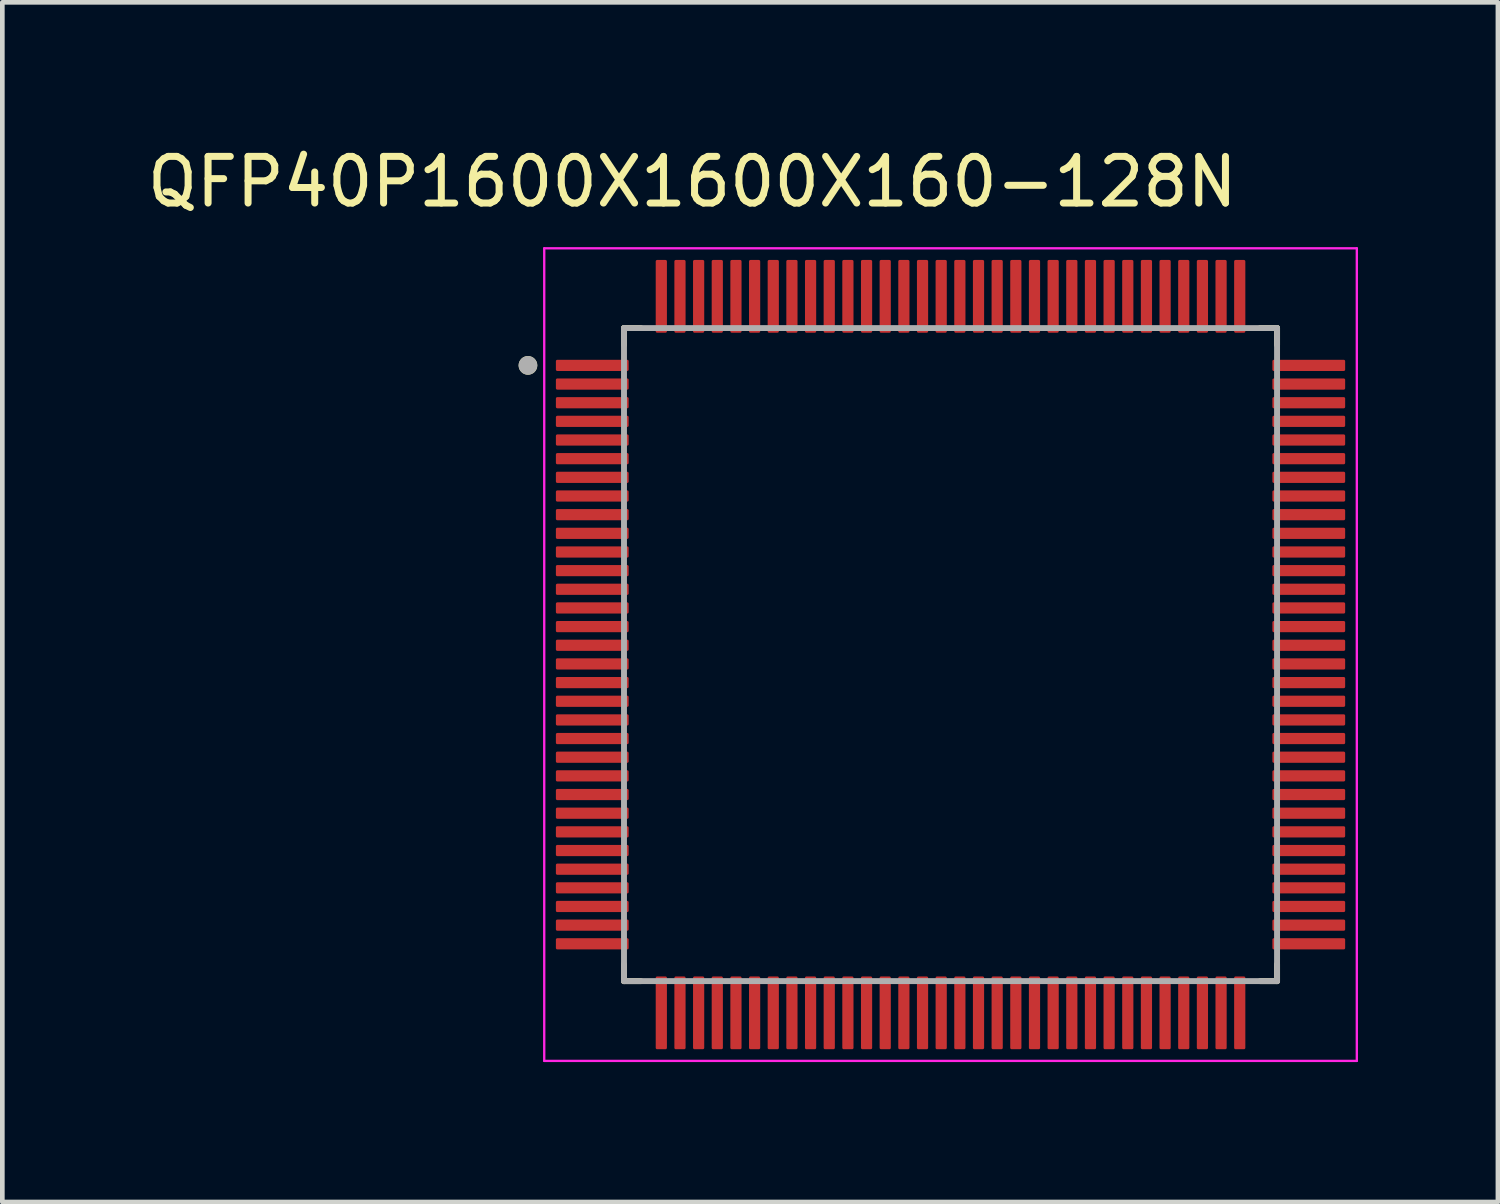
<source format=kicad_pcb>
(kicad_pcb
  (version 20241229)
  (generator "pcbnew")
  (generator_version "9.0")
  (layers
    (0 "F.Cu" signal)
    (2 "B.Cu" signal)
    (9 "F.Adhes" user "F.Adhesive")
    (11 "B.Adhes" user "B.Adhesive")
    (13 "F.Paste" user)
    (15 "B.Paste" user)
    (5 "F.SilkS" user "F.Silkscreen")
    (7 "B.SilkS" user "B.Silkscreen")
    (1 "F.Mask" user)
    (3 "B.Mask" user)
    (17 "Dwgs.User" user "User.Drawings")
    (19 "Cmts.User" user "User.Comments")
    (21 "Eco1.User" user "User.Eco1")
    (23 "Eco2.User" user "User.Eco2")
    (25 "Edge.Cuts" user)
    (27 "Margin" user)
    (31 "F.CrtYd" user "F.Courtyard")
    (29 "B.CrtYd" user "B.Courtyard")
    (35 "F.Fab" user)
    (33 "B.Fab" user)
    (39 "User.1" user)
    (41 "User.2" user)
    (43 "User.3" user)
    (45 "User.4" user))
  (footprint "QFP40P1600X1600X160-128N"
    (layer "F.Cu")
    (at 17.327 10.983)
    (property "Reference" "QFP40P1600X1600X160-128N" (at -5.535 -10.135 0) (layer "F.SilkS") (effects (font (size 1 1) (thickness 0.15))))
    (attr smd)
    (fp_line (start -7 -7) (end -7 -6.64) (stroke (width 0.127) (type solid)) (layer "F.SilkS"))
    (fp_line (start -7 -7) (end -6.64 -7) (stroke (width 0.127) (type solid)) (layer "F.SilkS"))
    (fp_line (start -7 7) (end -7 6.64) (stroke (width 0.127) (type solid)) (layer "F.SilkS"))
    (fp_line (start -7 7) (end -6.64 7) (stroke (width 0.127) (type solid)) (layer "F.SilkS"))
    (fp_line (start 7 -7) (end 6.64 -7) (stroke (width 0.127) (type solid)) (layer "F.SilkS"))
    (fp_line (start 7 -7) (end 7 -6.64) (stroke (width 0.127) (type solid)) (layer "F.SilkS"))
    (fp_line (start 7 7) (end 6.64 7) (stroke (width 0.127) (type solid)) (layer "F.SilkS"))
    (fp_line (start 7 7) (end 7 6.64) (stroke (width 0.127) (type solid)) (layer "F.SilkS"))
    (fp_circle (center -9.059 -6.2) (end -8.959 -6.2) (stroke (width 0.2) (type solid)) (fill no) (layer "F.SilkS"))
    (fp_line (start -8.71 -8.71) (end 8.71 -8.71) (stroke (width 0.05) (type solid)) (layer "F.CrtYd"))
    (fp_line (start -8.71 8.71) (end -8.71 -8.71) (stroke (width 0.05) (type solid)) (layer "F.CrtYd"))
    (fp_line (start -8.71 8.71) (end 8.71 8.71) (stroke (width 0.05) (type solid)) (layer "F.CrtYd"))
    (fp_line (start 8.71 8.71) (end 8.71 -8.71) (stroke (width 0.05) (type solid)) (layer "F.CrtYd"))
    (fp_line (start -7 7) (end -7 -7) (stroke (width 0.127) (type solid)) (layer "F.Fab"))
    (fp_line (start 7 -7) (end -7 -7) (stroke (width 0.127) (type solid)) (layer "F.Fab"))
    (fp_line (start 7 7) (end -7 7) (stroke (width 0.127) (type solid)) (layer "F.Fab"))
    (fp_line (start 7 7) (end 7 -7) (stroke (width 0.127) (type solid)) (layer "F.Fab"))
    (fp_circle (center -9.059 -6.2) (end -8.959 -6.2) (stroke (width 0.2) (type solid)) (fill no) (layer "F.Fab"))
    (pad "1" smd roundrect (at -7.68 -6.2) (size 1.56 0.24) (layers "F.Cu" "F.Mask" "F.Paste") (roundrect_rratio 0.125))
    (pad "2" smd roundrect (at -7.68 -5.8) (size 1.56 0.24) (layers "F.Cu" "F.Mask" "F.Paste") (roundrect_rratio 0.125))
    (pad "3" smd roundrect (at -7.68 -5.4) (size 1.56 0.24) (layers "F.Cu" "F.Mask" "F.Paste") (roundrect_rratio 0.125))
    (pad "4" smd roundrect (at -7.68 -5) (size 1.56 0.24) (layers "F.Cu" "F.Mask" "F.Paste") (roundrect_rratio 0.125))
    (pad "5" smd roundrect (at -7.68 -4.6) (size 1.56 0.24) (layers "F.Cu" "F.Mask" "F.Paste") (roundrect_rratio 0.125))
    (pad "6" smd roundrect (at -7.68 -4.2) (size 1.56 0.24) (layers "F.Cu" "F.Mask" "F.Paste") (roundrect_rratio 0.125))
    (pad "7" smd roundrect (at -7.68 -3.8) (size 1.56 0.24) (layers "F.Cu" "F.Mask" "F.Paste") (roundrect_rratio 0.125))
    (pad "8" smd roundrect (at -7.68 -3.4) (size 1.56 0.24) (layers "F.Cu" "F.Mask" "F.Paste") (roundrect_rratio 0.125))
    (pad "9" smd roundrect (at -7.68 -3) (size 1.56 0.24) (layers "F.Cu" "F.Mask" "F.Paste") (roundrect_rratio 0.125))
    (pad "10" smd roundrect (at -7.68 -2.6) (size 1.56 0.24) (layers "F.Cu" "F.Mask" "F.Paste") (roundrect_rratio 0.125))
    (pad "11" smd roundrect (at -7.68 -2.2) (size 1.56 0.24) (layers "F.Cu" "F.Mask" "F.Paste") (roundrect_rratio 0.125))
    (pad "12" smd roundrect (at -7.68 -1.8) (size 1.56 0.24) (layers "F.Cu" "F.Mask" "F.Paste") (roundrect_rratio 0.125))
    (pad "13" smd roundrect (at -7.68 -1.4) (size 1.56 0.24) (layers "F.Cu" "F.Mask" "F.Paste") (roundrect_rratio 0.125))
    (pad "14" smd roundrect (at -7.68 -1) (size 1.56 0.24) (layers "F.Cu" "F.Mask" "F.Paste") (roundrect_rratio 0.125))
    (pad "15" smd roundrect (at -7.68 -0.6) (size 1.56 0.24) (layers "F.Cu" "F.Mask" "F.Paste") (roundrect_rratio 0.125))
    (pad "16" smd roundrect (at -7.68 -0.2) (size 1.56 0.24) (layers "F.Cu" "F.Mask" "F.Paste") (roundrect_rratio 0.125))
    (pad "17" smd roundrect (at -7.68 0.2) (size 1.56 0.24) (layers "F.Cu" "F.Mask" "F.Paste") (roundrect_rratio 0.125))
    (pad "18" smd roundrect (at -7.68 0.6) (size 1.56 0.24) (layers "F.Cu" "F.Mask" "F.Paste") (roundrect_rratio 0.125))
    (pad "19" smd roundrect (at -7.68 1) (size 1.56 0.24) (layers "F.Cu" "F.Mask" "F.Paste") (roundrect_rratio 0.125))
    (pad "20" smd roundrect (at -7.68 1.4) (size 1.56 0.24) (layers "F.Cu" "F.Mask" "F.Paste") (roundrect_rratio 0.125))
    (pad "21" smd roundrect (at -7.68 1.8) (size 1.56 0.24) (layers "F.Cu" "F.Mask" "F.Paste") (roundrect_rratio 0.125))
    (pad "22" smd roundrect (at -7.68 2.2) (size 1.56 0.24) (layers "F.Cu" "F.Mask" "F.Paste") (roundrect_rratio 0.125))
    (pad "23" smd roundrect (at -7.68 2.6) (size 1.56 0.24) (layers "F.Cu" "F.Mask" "F.Paste") (roundrect_rratio 0.125))
    (pad "24" smd roundrect (at -7.68 3) (size 1.56 0.24) (layers "F.Cu" "F.Mask" "F.Paste") (roundrect_rratio 0.125))
    (pad "25" smd roundrect (at -7.68 3.4) (size 1.56 0.24) (layers "F.Cu" "F.Mask" "F.Paste") (roundrect_rratio 0.125))
    (pad "26" smd roundrect (at -7.68 3.8) (size 1.56 0.24) (layers "F.Cu" "F.Mask" "F.Paste") (roundrect_rratio 0.125))
    (pad "27" smd roundrect (at -7.68 4.2) (size 1.56 0.24) (layers "F.Cu" "F.Mask" "F.Paste") (roundrect_rratio 0.125))
    (pad "28" smd roundrect (at -7.68 4.6) (size 1.56 0.24) (layers "F.Cu" "F.Mask" "F.Paste") (roundrect_rratio 0.125))
    (pad "29" smd roundrect (at -7.68 5) (size 1.56 0.24) (layers "F.Cu" "F.Mask" "F.Paste") (roundrect_rratio 0.125))
    (pad "30" smd roundrect (at -7.68 5.4) (size 1.56 0.24) (layers "F.Cu" "F.Mask" "F.Paste") (roundrect_rratio 0.125))
    (pad "31" smd roundrect (at -7.68 5.8) (size 1.56 0.24) (layers "F.Cu" "F.Mask" "F.Paste") (roundrect_rratio 0.125))
    (pad "32" smd roundrect (at -7.68 6.2) (size 1.56 0.24) (layers "F.Cu" "F.Mask" "F.Paste") (roundrect_rratio 0.125))
    (pad "33" smd roundrect (at -6.2 7.68) (size 0.24 1.56) (layers "F.Cu" "F.Mask" "F.Paste") (roundrect_rratio 0.125))
    (pad "34" smd roundrect (at -5.8 7.68) (size 0.24 1.56) (layers "F.Cu" "F.Mask" "F.Paste") (roundrect_rratio 0.125))
    (pad "35" smd roundrect (at -5.4 7.68) (size 0.24 1.56) (layers "F.Cu" "F.Mask" "F.Paste") (roundrect_rratio 0.125))
    (pad "36" smd roundrect (at -5 7.68) (size 0.24 1.56) (layers "F.Cu" "F.Mask" "F.Paste") (roundrect_rratio 0.125))
    (pad "37" smd roundrect (at -4.6 7.68) (size 0.24 1.56) (layers "F.Cu" "F.Mask" "F.Paste") (roundrect_rratio 0.125))
    (pad "38" smd roundrect (at -4.2 7.68) (size 0.24 1.56) (layers "F.Cu" "F.Mask" "F.Paste") (roundrect_rratio 0.125))
    (pad "39" smd roundrect (at -3.8 7.68) (size 0.24 1.56) (layers "F.Cu" "F.Mask" "F.Paste") (roundrect_rratio 0.125))
    (pad "40" smd roundrect (at -3.4 7.68) (size 0.24 1.56) (layers "F.Cu" "F.Mask" "F.Paste") (roundrect_rratio 0.125))
    (pad "41" smd roundrect (at -3 7.68) (size 0.24 1.56) (layers "F.Cu" "F.Mask" "F.Paste") (roundrect_rratio 0.125))
    (pad "42" smd roundrect (at -2.6 7.68) (size 0.24 1.56) (layers "F.Cu" "F.Mask" "F.Paste") (roundrect_rratio 0.125))
    (pad "43" smd roundrect (at -2.2 7.68) (size 0.24 1.56) (layers "F.Cu" "F.Mask" "F.Paste") (roundrect_rratio 0.125))
    (pad "44" smd roundrect (at -1.8 7.68) (size 0.24 1.56) (layers "F.Cu" "F.Mask" "F.Paste") (roundrect_rratio 0.125))
    (pad "45" smd roundrect (at -1.4 7.68) (size 0.24 1.56) (layers "F.Cu" "F.Mask" "F.Paste") (roundrect_rratio 0.125))
    (pad "46" smd roundrect (at -1 7.68) (size 0.24 1.56) (layers "F.Cu" "F.Mask" "F.Paste") (roundrect_rratio 0.125))
    (pad "47" smd roundrect (at -0.6 7.68) (size 0.24 1.56) (layers "F.Cu" "F.Mask" "F.Paste") (roundrect_rratio 0.125))
    (pad "48" smd roundrect (at -0.2 7.68) (size 0.24 1.56) (layers "F.Cu" "F.Mask" "F.Paste") (roundrect_rratio 0.125))
    (pad "49" smd roundrect (at 0.2 7.68) (size 0.24 1.56) (layers "F.Cu" "F.Mask" "F.Paste") (roundrect_rratio 0.125))
    (pad "50" smd roundrect (at 0.6 7.68) (size 0.24 1.56) (layers "F.Cu" "F.Mask" "F.Paste") (roundrect_rratio 0.125))
    (pad "51" smd roundrect (at 1 7.68) (size 0.24 1.56) (layers "F.Cu" "F.Mask" "F.Paste") (roundrect_rratio 0.125))
    (pad "52" smd roundrect (at 1.4 7.68) (size 0.24 1.56) (layers "F.Cu" "F.Mask" "F.Paste") (roundrect_rratio 0.125))
    (pad "53" smd roundrect (at 1.8 7.68) (size 0.24 1.56) (layers "F.Cu" "F.Mask" "F.Paste") (roundrect_rratio 0.125))
    (pad "54" smd roundrect (at 2.2 7.68) (size 0.24 1.56) (layers "F.Cu" "F.Mask" "F.Paste") (roundrect_rratio 0.125))
    (pad "55" smd roundrect (at 2.6 7.68) (size 0.24 1.56) (layers "F.Cu" "F.Mask" "F.Paste") (roundrect_rratio 0.125))
    (pad "56" smd roundrect (at 3 7.68) (size 0.24 1.56) (layers "F.Cu" "F.Mask" "F.Paste") (roundrect_rratio 0.125))
    (pad "57" smd roundrect (at 3.4 7.68) (size 0.24 1.56) (layers "F.Cu" "F.Mask" "F.Paste") (roundrect_rratio 0.125))
    (pad "58" smd roundrect (at 3.8 7.68) (size 0.24 1.56) (layers "F.Cu" "F.Mask" "F.Paste") (roundrect_rratio 0.125))
    (pad "59" smd roundrect (at 4.2 7.68) (size 0.24 1.56) (layers "F.Cu" "F.Mask" "F.Paste") (roundrect_rratio 0.125))
    (pad "60" smd roundrect (at 4.6 7.68) (size 0.24 1.56) (layers "F.Cu" "F.Mask" "F.Paste") (roundrect_rratio 0.125))
    (pad "61" smd roundrect (at 5 7.68) (size 0.24 1.56) (layers "F.Cu" "F.Mask" "F.Paste") (roundrect_rratio 0.125))
    (pad "62" smd roundrect (at 5.4 7.68) (size 0.24 1.56) (layers "F.Cu" "F.Mask" "F.Paste") (roundrect_rratio 0.125))
    (pad "63" smd roundrect (at 5.8 7.68) (size 0.24 1.56) (layers "F.Cu" "F.Mask" "F.Paste") (roundrect_rratio 0.125))
    (pad "64" smd roundrect (at 6.2 7.68) (size 0.24 1.56) (layers "F.Cu" "F.Mask" "F.Paste") (roundrect_rratio 0.125))
    (pad "65" smd roundrect (at 7.68 6.2) (size 1.56 0.24) (layers "F.Cu" "F.Mask" "F.Paste") (roundrect_rratio 0.125))
    (pad "66" smd roundrect (at 7.68 5.8) (size 1.56 0.24) (layers "F.Cu" "F.Mask" "F.Paste") (roundrect_rratio 0.125))
    (pad "67" smd roundrect (at 7.68 5.4) (size 1.56 0.24) (layers "F.Cu" "F.Mask" "F.Paste") (roundrect_rratio 0.125))
    (pad "68" smd roundrect (at 7.68 5) (size 1.56 0.24) (layers "F.Cu" "F.Mask" "F.Paste") (roundrect_rratio 0.125))
    (pad "69" smd roundrect (at 7.68 4.6) (size 1.56 0.24) (layers "F.Cu" "F.Mask" "F.Paste") (roundrect_rratio 0.125))
    (pad "70" smd roundrect (at 7.68 4.2) (size 1.56 0.24) (layers "F.Cu" "F.Mask" "F.Paste") (roundrect_rratio 0.125))
    (pad "71" smd roundrect (at 7.68 3.8) (size 1.56 0.24) (layers "F.Cu" "F.Mask" "F.Paste") (roundrect_rratio 0.125))
    (pad "72" smd roundrect (at 7.68 3.4) (size 1.56 0.24) (layers "F.Cu" "F.Mask" "F.Paste") (roundrect_rratio 0.125))
    (pad "73" smd roundrect (at 7.68 3) (size 1.56 0.24) (layers "F.Cu" "F.Mask" "F.Paste") (roundrect_rratio 0.125))
    (pad "74" smd roundrect (at 7.68 2.6) (size 1.56 0.24) (layers "F.Cu" "F.Mask" "F.Paste") (roundrect_rratio 0.125))
    (pad "75" smd roundrect (at 7.68 2.2) (size 1.56 0.24) (layers "F.Cu" "F.Mask" "F.Paste") (roundrect_rratio 0.125))
    (pad "76" smd roundrect (at 7.68 1.8) (size 1.56 0.24) (layers "F.Cu" "F.Mask" "F.Paste") (roundrect_rratio 0.125))
    (pad "77" smd roundrect (at 7.68 1.4) (size 1.56 0.24) (layers "F.Cu" "F.Mask" "F.Paste") (roundrect_rratio 0.125))
    (pad "78" smd roundrect (at 7.68 1) (size 1.56 0.24) (layers "F.Cu" "F.Mask" "F.Paste") (roundrect_rratio 0.125))
    (pad "79" smd roundrect (at 7.68 0.6) (size 1.56 0.24) (layers "F.Cu" "F.Mask" "F.Paste") (roundrect_rratio 0.125))
    (pad "80" smd roundrect (at 7.68 0.2) (size 1.56 0.24) (layers "F.Cu" "F.Mask" "F.Paste") (roundrect_rratio 0.125))
    (pad "81" smd roundrect (at 7.68 -0.2) (size 1.56 0.24) (layers "F.Cu" "F.Mask" "F.Paste") (roundrect_rratio 0.125))
    (pad "82" smd roundrect (at 7.68 -0.6) (size 1.56 0.24) (layers "F.Cu" "F.Mask" "F.Paste") (roundrect_rratio 0.125))
    (pad "83" smd roundrect (at 7.68 -1) (size 1.56 0.24) (layers "F.Cu" "F.Mask" "F.Paste") (roundrect_rratio 0.125))
    (pad "84" smd roundrect (at 7.68 -1.4) (size 1.56 0.24) (layers "F.Cu" "F.Mask" "F.Paste") (roundrect_rratio 0.125))
    (pad "85" smd roundrect (at 7.68 -1.8) (size 1.56 0.24) (layers "F.Cu" "F.Mask" "F.Paste") (roundrect_rratio 0.125))
    (pad "86" smd roundrect (at 7.68 -2.2) (size 1.56 0.24) (layers "F.Cu" "F.Mask" "F.Paste") (roundrect_rratio 0.125))
    (pad "87" smd roundrect (at 7.68 -2.6) (size 1.56 0.24) (layers "F.Cu" "F.Mask" "F.Paste") (roundrect_rratio 0.125))
    (pad "88" smd roundrect (at 7.68 -3) (size 1.56 0.24) (layers "F.Cu" "F.Mask" "F.Paste") (roundrect_rratio 0.125))
    (pad "89" smd roundrect (at 7.68 -3.4) (size 1.56 0.24) (layers "F.Cu" "F.Mask" "F.Paste") (roundrect_rratio 0.125))
    (pad "90" smd roundrect (at 7.68 -3.8) (size 1.56 0.24) (layers "F.Cu" "F.Mask" "F.Paste") (roundrect_rratio 0.125))
    (pad "91" smd roundrect (at 7.68 -4.2) (size 1.56 0.24) (layers "F.Cu" "F.Mask" "F.Paste") (roundrect_rratio 0.125))
    (pad "92" smd roundrect (at 7.68 -4.6) (size 1.56 0.24) (layers "F.Cu" "F.Mask" "F.Paste") (roundrect_rratio 0.125))
    (pad "93" smd roundrect (at 7.68 -5) (size 1.56 0.24) (layers "F.Cu" "F.Mask" "F.Paste") (roundrect_rratio 0.125))
    (pad "94" smd roundrect (at 7.68 -5.4) (size 1.56 0.24) (layers "F.Cu" "F.Mask" "F.Paste") (roundrect_rratio 0.125))
    (pad "95" smd roundrect (at 7.68 -5.8) (size 1.56 0.24) (layers "F.Cu" "F.Mask" "F.Paste") (roundrect_rratio 0.125))
    (pad "96" smd roundrect (at 7.68 -6.2) (size 1.56 0.24) (layers "F.Cu" "F.Mask" "F.Paste") (roundrect_rratio 0.125))
    (pad "97" smd roundrect (at 6.2 -7.68) (size 0.24 1.56) (layers "F.Cu" "F.Mask" "F.Paste") (roundrect_rratio 0.125))
    (pad "98" smd roundrect (at 5.8 -7.68) (size 0.24 1.56) (layers "F.Cu" "F.Mask" "F.Paste") (roundrect_rratio 0.125))
    (pad "99" smd roundrect (at 5.4 -7.68) (size 0.24 1.56) (layers "F.Cu" "F.Mask" "F.Paste") (roundrect_rratio 0.125))
    (pad "100" smd roundrect (at 5 -7.68) (size 0.24 1.56) (layers "F.Cu" "F.Mask" "F.Paste") (roundrect_rratio 0.125))
    (pad "101" smd roundrect (at 4.6 -7.68) (size 0.24 1.56) (layers "F.Cu" "F.Mask" "F.Paste") (roundrect_rratio 0.125))
    (pad "102" smd roundrect (at 4.2 -7.68) (size 0.24 1.56) (layers "F.Cu" "F.Mask" "F.Paste") (roundrect_rratio 0.125))
    (pad "103" smd roundrect (at 3.8 -7.68) (size 0.24 1.56) (layers "F.Cu" "F.Mask" "F.Paste") (roundrect_rratio 0.125))
    (pad "104" smd roundrect (at 3.4 -7.68) (size 0.24 1.56) (layers "F.Cu" "F.Mask" "F.Paste") (roundrect_rratio 0.125))
    (pad "105" smd roundrect (at 3 -7.68) (size 0.24 1.56) (layers "F.Cu" "F.Mask" "F.Paste") (roundrect_rratio 0.125))
    (pad "106" smd roundrect (at 2.6 -7.68) (size 0.24 1.56) (layers "F.Cu" "F.Mask" "F.Paste") (roundrect_rratio 0.125))
    (pad "107" smd roundrect (at 2.2 -7.68) (size 0.24 1.56) (layers "F.Cu" "F.Mask" "F.Paste") (roundrect_rratio 0.125))
    (pad "108" smd roundrect (at 1.8 -7.68) (size 0.24 1.56) (layers "F.Cu" "F.Mask" "F.Paste") (roundrect_rratio 0.125))
    (pad "109" smd roundrect (at 1.4 -7.68) (size 0.24 1.56) (layers "F.Cu" "F.Mask" "F.Paste") (roundrect_rratio 0.125))
    (pad "110" smd roundrect (at 1 -7.68) (size 0.24 1.56) (layers "F.Cu" "F.Mask" "F.Paste") (roundrect_rratio 0.125))
    (pad "111" smd roundrect (at 0.6 -7.68) (size 0.24 1.56) (layers "F.Cu" "F.Mask" "F.Paste") (roundrect_rratio 0.125))
    (pad "112" smd roundrect (at 0.2 -7.68) (size 0.24 1.56) (layers "F.Cu" "F.Mask" "F.Paste") (roundrect_rratio 0.125))
    (pad "113" smd roundrect (at -0.2 -7.68) (size 0.24 1.56) (layers "F.Cu" "F.Mask" "F.Paste") (roundrect_rratio 0.125))
    (pad "114" smd roundrect (at -0.6 -7.68) (size 0.24 1.56) (layers "F.Cu" "F.Mask" "F.Paste") (roundrect_rratio 0.125))
    (pad "115" smd roundrect (at -1 -7.68) (size 0.24 1.56) (layers "F.Cu" "F.Mask" "F.Paste") (roundrect_rratio 0.125))
    (pad "116" smd roundrect (at -1.4 -7.68) (size 0.24 1.56) (layers "F.Cu" "F.Mask" "F.Paste") (roundrect_rratio 0.125))
    (pad "117" smd roundrect (at -1.8 -7.68) (size 0.24 1.56) (layers "F.Cu" "F.Mask" "F.Paste") (roundrect_rratio 0.125))
    (pad "118" smd roundrect (at -2.2 -7.68) (size 0.24 1.56) (layers "F.Cu" "F.Mask" "F.Paste") (roundrect_rratio 0.125))
    (pad "119" smd roundrect (at -2.6 -7.68) (size 0.24 1.56) (layers "F.Cu" "F.Mask" "F.Paste") (roundrect_rratio 0.125))
    (pad "120" smd roundrect (at -3 -7.68) (size 0.24 1.56) (layers "F.Cu" "F.Mask" "F.Paste") (roundrect_rratio 0.125))
    (pad "121" smd roundrect (at -3.4 -7.68) (size 0.24 1.56) (layers "F.Cu" "F.Mask" "F.Paste") (roundrect_rratio 0.125))
    (pad "122" smd roundrect (at -3.8 -7.68) (size 0.24 1.56) (layers "F.Cu" "F.Mask" "F.Paste") (roundrect_rratio 0.125))
    (pad "123" smd roundrect (at -4.2 -7.68) (size 0.24 1.56) (layers "F.Cu" "F.Mask" "F.Paste") (roundrect_rratio 0.125))
    (pad "124" smd roundrect (at -4.6 -7.68) (size 0.24 1.56) (layers "F.Cu" "F.Mask" "F.Paste") (roundrect_rratio 0.125))
    (pad "125" smd roundrect (at -5 -7.68) (size 0.24 1.56) (layers "F.Cu" "F.Mask" "F.Paste") (roundrect_rratio 0.125))
    (pad "126" smd roundrect (at -5.4 -7.68) (size 0.24 1.56) (layers "F.Cu" "F.Mask" "F.Paste") (roundrect_rratio 0.125))
    (pad "127" smd roundrect (at -5.8 -7.68) (size 0.24 1.56) (layers "F.Cu" "F.Mask" "F.Paste") (roundrect_rratio 0.125))
    (pad "128" smd roundrect (at -6.2 -7.68) (size 0.24 1.56) (layers "F.Cu" "F.Mask" "F.Paste") (roundrect_rratio 0.125)))
  (gr_rect
    (start -3 -3)
    (end 29.062 22.718)
    (stroke (width 0.1) (type default))
    (fill no)
    (layer "Edge.Cuts")))
</source>
